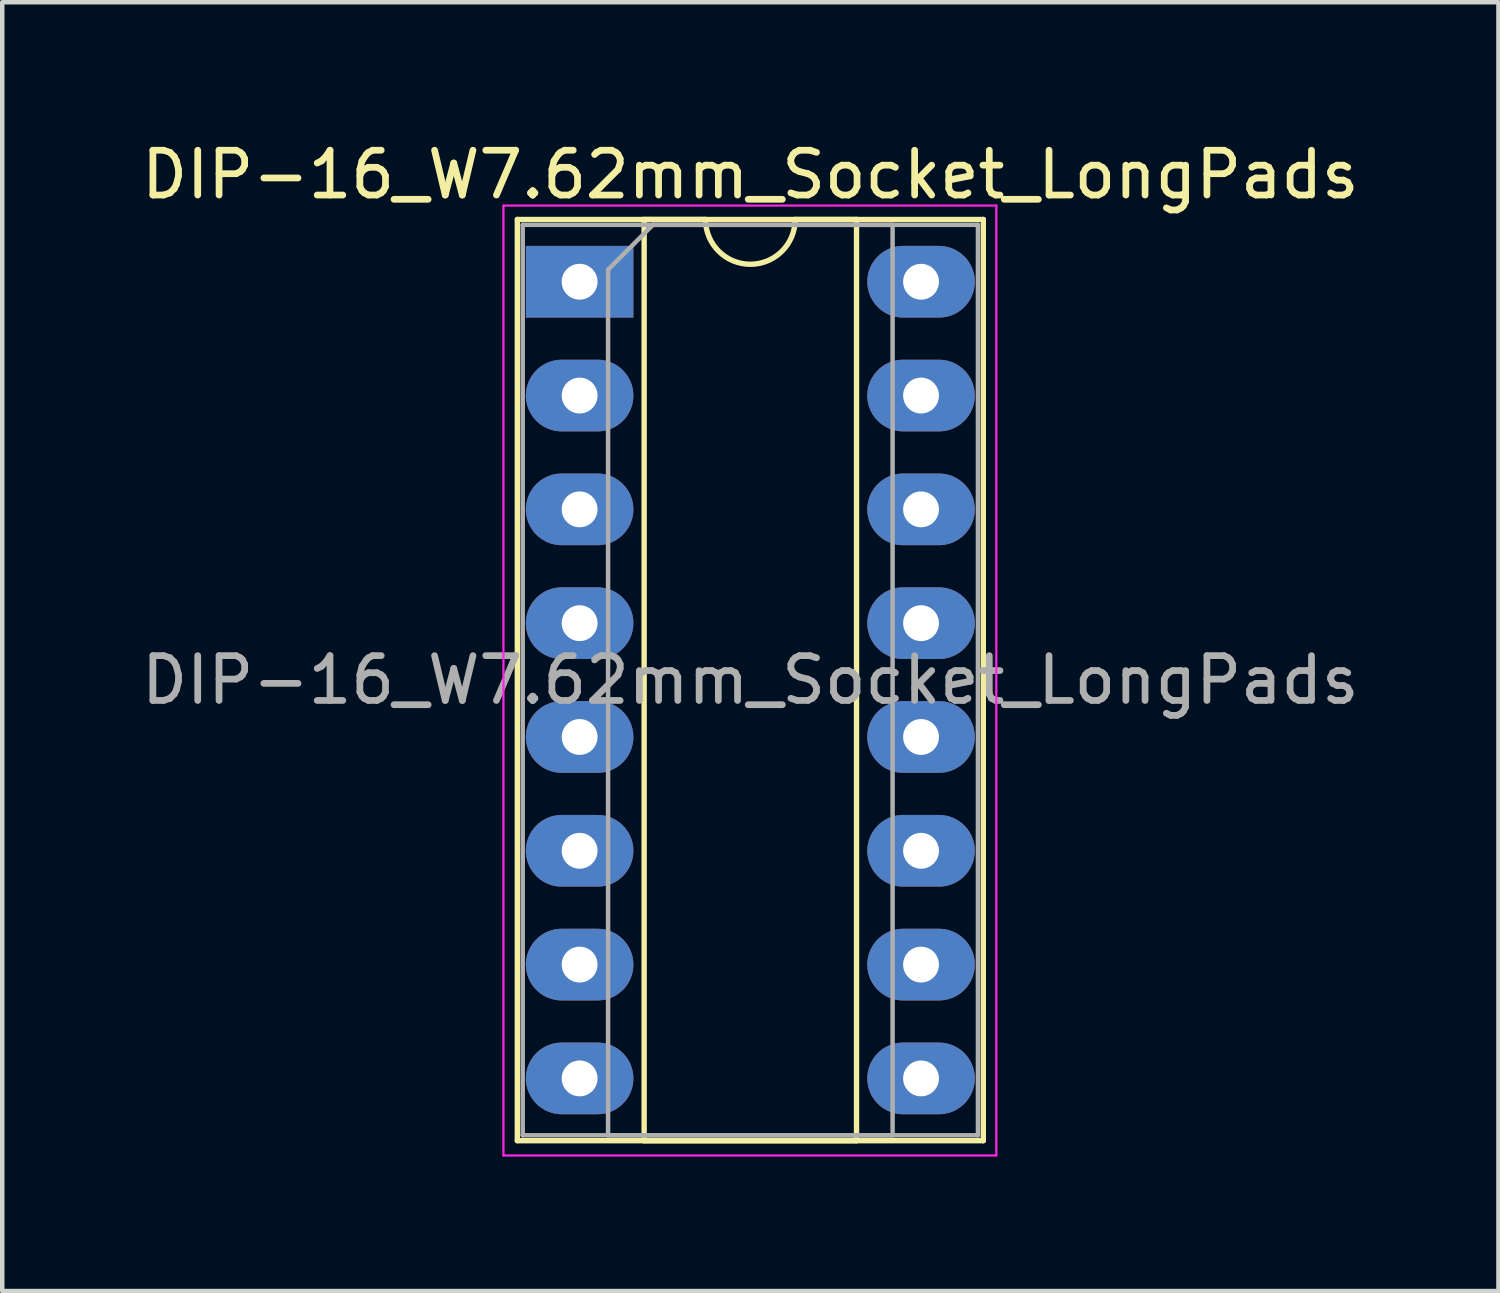
<source format=kicad_pcb>
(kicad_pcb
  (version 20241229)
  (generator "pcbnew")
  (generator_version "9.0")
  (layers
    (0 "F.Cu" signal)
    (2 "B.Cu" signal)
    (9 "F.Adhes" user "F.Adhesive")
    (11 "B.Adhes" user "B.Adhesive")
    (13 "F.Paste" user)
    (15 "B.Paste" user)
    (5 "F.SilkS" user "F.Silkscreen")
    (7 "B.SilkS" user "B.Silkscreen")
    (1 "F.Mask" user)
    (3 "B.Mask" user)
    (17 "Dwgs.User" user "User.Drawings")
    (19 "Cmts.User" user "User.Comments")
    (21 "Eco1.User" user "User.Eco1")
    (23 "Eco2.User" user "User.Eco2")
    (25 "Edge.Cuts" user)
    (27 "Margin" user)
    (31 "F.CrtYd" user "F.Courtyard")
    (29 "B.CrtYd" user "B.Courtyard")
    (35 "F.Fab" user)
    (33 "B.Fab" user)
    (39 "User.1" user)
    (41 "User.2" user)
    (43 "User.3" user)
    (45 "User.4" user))
  (footprint "DIP-16_W7.62mm_Socket_LongPads"
    (layer "F.Cu")
    (at 9.886 3.238)
    (property "Reference" "DIP-16_W7.62mm_Socket_LongPads" (at 3.81 -2.39 0) (layer "F.SilkS") (effects (font (size 1 1) (thickness 0.15))))
    (attr through_hole)
    (fp_line (start -1.39 -1.39) (end -1.39 19.17) (stroke (width 0.12) (type solid)) (layer "F.SilkS"))
    (fp_line (start -1.39 19.17) (end 9.01 19.17) (stroke (width 0.12) (type solid)) (layer "F.SilkS"))
    (fp_line (start 1.44 -1.39) (end 1.44 19.17) (stroke (width 0.12) (type solid)) (layer "F.SilkS"))
    (fp_line (start 1.44 19.17) (end 6.18 19.17) (stroke (width 0.12) (type solid)) (layer "F.SilkS"))
    (fp_line (start 2.81 -1.39) (end 1.44 -1.39) (stroke (width 0.12) (type solid)) (layer "F.SilkS"))
    (fp_line (start 6.18 -1.39) (end 4.81 -1.39) (stroke (width 0.12) (type solid)) (layer "F.SilkS"))
    (fp_line (start 6.18 19.17) (end 6.18 -1.39) (stroke (width 0.12) (type solid)) (layer "F.SilkS"))
    (fp_line (start 9.01 -1.39) (end -1.39 -1.39) (stroke (width 0.12) (type solid)) (layer "F.SilkS"))
    (fp_line (start 9.01 19.17) (end 9.01 -1.39) (stroke (width 0.12) (type solid)) (layer "F.SilkS"))
    (fp_arc (start 4.81 -1.39) (mid 3.81 -0.39) (end 2.81 -1.39) (stroke (width 0.12) (type solid)) (layer "F.SilkS"))
    (fp_line (start -1.7 -1.7) (end -1.7 19.5) (stroke (width 0.05) (type solid)) (layer "F.CrtYd"))
    (fp_line (start -1.7 19.5) (end 9.3 19.5) (stroke (width 0.05) (type solid)) (layer "F.CrtYd"))
    (fp_line (start 9.3 -1.7) (end -1.7 -1.7) (stroke (width 0.05) (type solid)) (layer "F.CrtYd"))
    (fp_line (start 9.3 19.5) (end 9.3 -1.7) (stroke (width 0.05) (type solid)) (layer "F.CrtYd"))
    (fp_line (start -1.27 -1.27) (end -1.27 19.05) (stroke (width 0.1) (type solid)) (layer "F.Fab"))
    (fp_line (start -1.27 19.05) (end 8.89 19.05) (stroke (width 0.1) (type solid)) (layer "F.Fab"))
    (fp_line (start 0.635 -0.27) (end 1.635 -1.27) (stroke (width 0.1) (type solid)) (layer "F.Fab"))
    (fp_line (start 0.635 19.05) (end 0.635 -0.27) (stroke (width 0.1) (type solid)) (layer "F.Fab"))
    (fp_line (start 1.635 -1.27) (end 6.985 -1.27) (stroke (width 0.1) (type solid)) (layer "F.Fab"))
    (fp_line (start 6.985 -1.27) (end 6.985 19.05) (stroke (width 0.1) (type solid)) (layer "F.Fab"))
    (fp_line (start 6.985 19.05) (end 0.635 19.05) (stroke (width 0.1) (type solid)) (layer "F.Fab"))
    (fp_line (start 8.89 -1.27) (end -1.27 -1.27) (stroke (width 0.1) (type solid)) (layer "F.Fab"))
    (fp_line (start 8.89 19.05) (end 8.89 -1.27) (stroke (width 0.1) (type solid)) (layer "F.Fab"))
    (fp_text user "${REFERENCE}" (at 3.81 8.89 0) (layer "F.Fab") (effects (font (size 1 1) (thickness 0.15))))
    (pad "1" thru_hole rect (at 0 0) (size 2.4 1.6) (drill 0.8) (layers "*.Cu" "*.Mask"))
    (pad "2" thru_hole oval (at 0 2.54) (size 2.4 1.6) (drill 0.8) (layers "*.Cu" "*.Mask"))
    (pad "3" thru_hole oval (at 0 5.08) (size 2.4 1.6) (drill 0.8) (layers "*.Cu" "*.Mask"))
    (pad "4" thru_hole oval (at 0 7.62) (size 2.4 1.6) (drill 0.8) (layers "*.Cu" "*.Mask"))
    (pad "5" thru_hole oval (at 0 10.16) (size 2.4 1.6) (drill 0.8) (layers "*.Cu" "*.Mask"))
    (pad "6" thru_hole oval (at 0 12.7) (size 2.4 1.6) (drill 0.8) (layers "*.Cu" "*.Mask"))
    (pad "7" thru_hole oval (at 0 15.24) (size 2.4 1.6) (drill 0.8) (layers "*.Cu" "*.Mask"))
    (pad "8" thru_hole oval (at 0 17.78) (size 2.4 1.6) (drill 0.8) (layers "*.Cu" "*.Mask"))
    (pad "9" thru_hole oval (at 7.62 17.78) (size 2.4 1.6) (drill 0.8) (layers "*.Cu" "*.Mask"))
    (pad "10" thru_hole oval (at 7.62 15.24) (size 2.4 1.6) (drill 0.8) (layers "*.Cu" "*.Mask"))
    (pad "11" thru_hole oval (at 7.62 12.7) (size 2.4 1.6) (drill 0.8) (layers "*.Cu" "*.Mask"))
    (pad "12" thru_hole oval (at 7.62 10.16) (size 2.4 1.6) (drill 0.8) (layers "*.Cu" "*.Mask"))
    (pad "13" thru_hole oval (at 7.62 7.62) (size 2.4 1.6) (drill 0.8) (layers "*.Cu" "*.Mask"))
    (pad "14" thru_hole oval (at 7.62 5.08) (size 2.4 1.6) (drill 0.8) (layers "*.Cu" "*.Mask"))
    (pad "15" thru_hole oval (at 7.62 2.54) (size 2.4 1.6) (drill 0.8) (layers "*.Cu" "*.Mask"))
    (pad "16" thru_hole oval (at 7.62 0) (size 2.4 1.6) (drill 0.8) (layers "*.Cu" "*.Mask")))
  (gr_rect
    (start -3 -3)
    (end 30.393 25.763)
    (stroke (width 0.1) (type default))
    (fill no)
    (layer "Edge.Cuts")))
</source>
